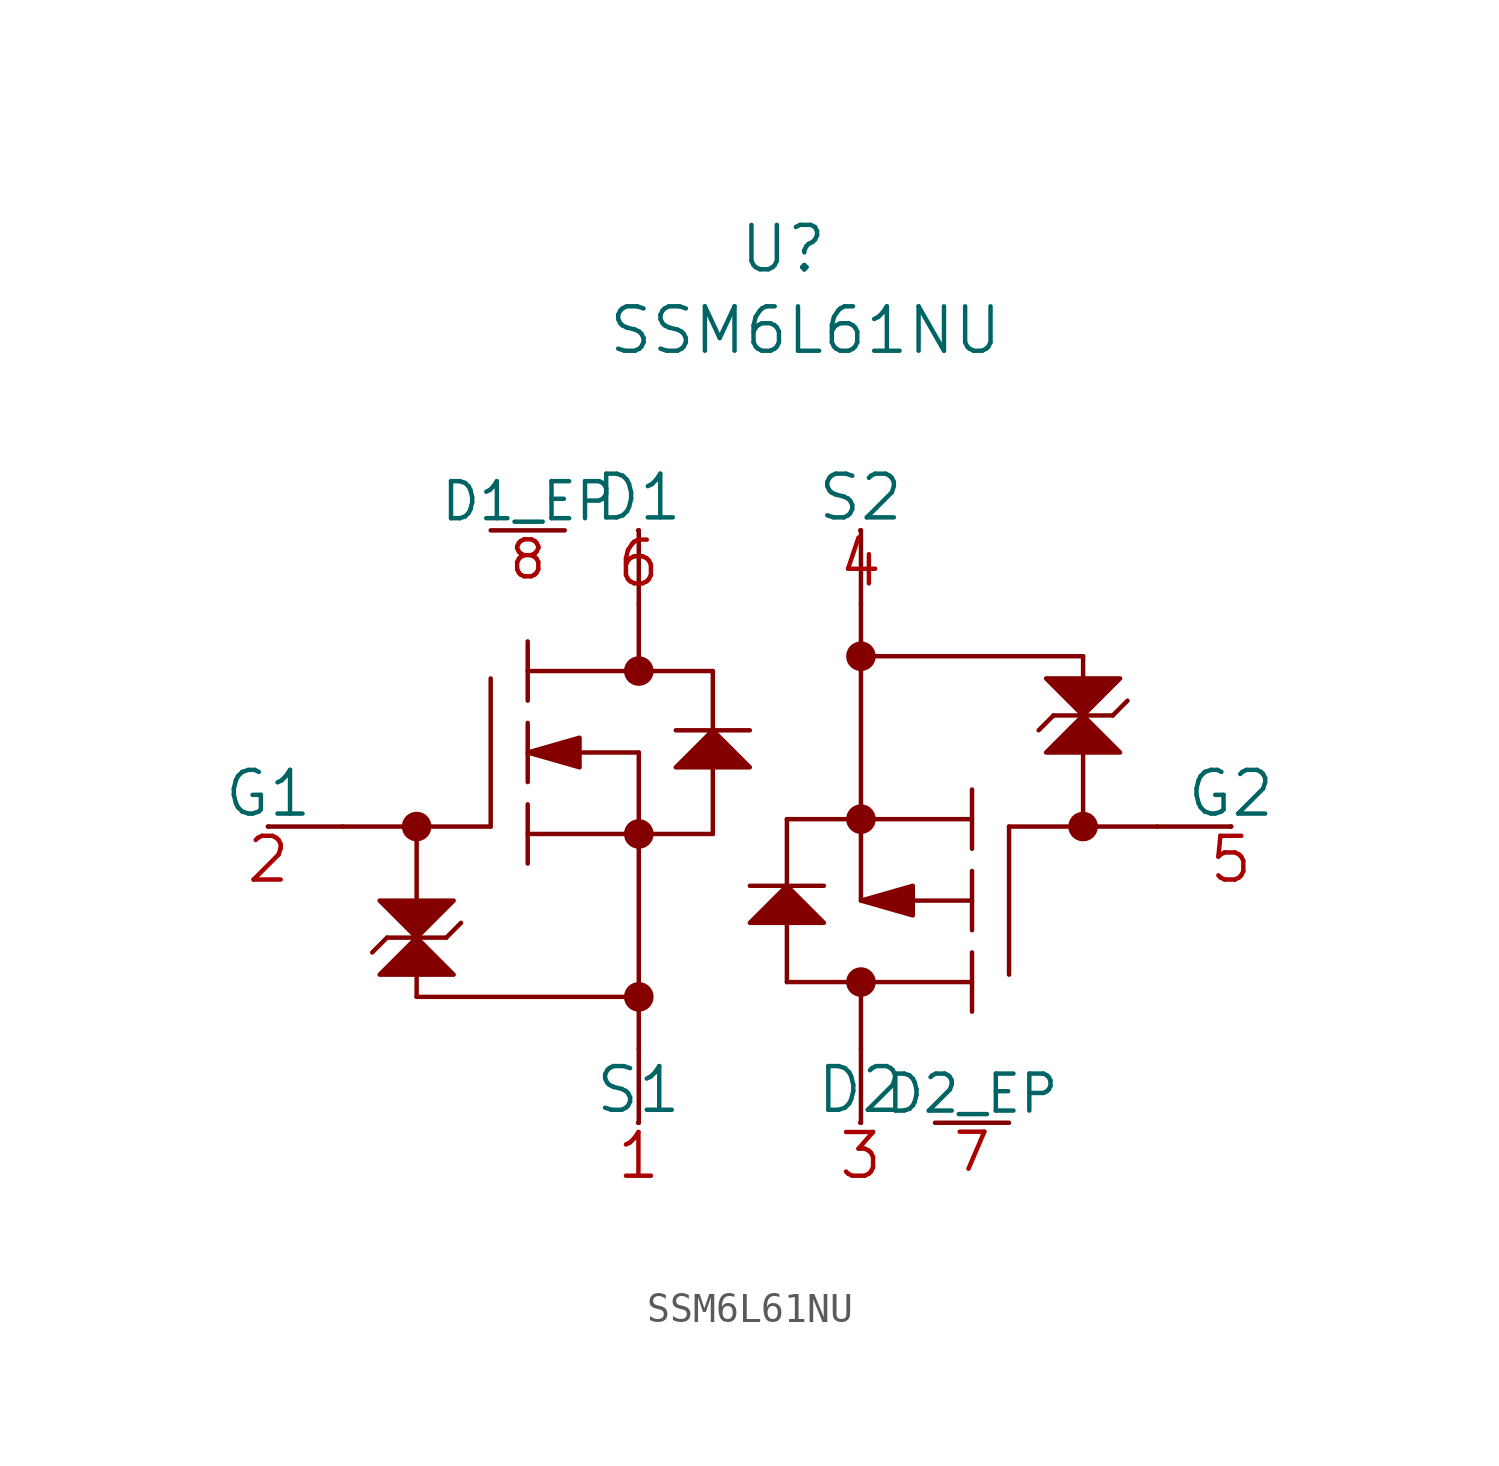
<source format=kicad_sym>
(kicad_symbol_lib
  (version 20220914)
  (generator kicad_symbol_editor)
  (symbol "SSM6L61NU"
    (pin_names
      (offset 0))
    (property "Reference" "U"
      (at 15.113 12.192 0)
      (effects (font (size 1.524 1.524))))
    (property "Value" "SSM6L61NU"
      (at 15.875 9.398 0)
      (effects (font (size 1.524 1.524))))
    (property "Datasheet" ""
      (at 0 0 0)
      (effects (font (size 1.524 1.524))))
    (property "ki_locked" ""
      (at 0 0 0)
      (effects (font (size 1.27 1.27))))
    (symbol "SSM6L61NU_0_0"
      (pin passive line (at 22.86 -17.78 180) (length 2.54) (name "D2_EP" (effects (font (size 1.27 1.27)))) (number "7" (effects (font (size 1.27 1.27)))))
      (pin passive line (at 5.08 2.54 0) (length 2.54) (name "D1_EP" (effects (font (size 1.27 1.27)))) (number "8" (effects (font (size 1.27 1.27))))))
    (symbol "SSM6L61NU_1_1"
      (polyline (pts (xy -2.54 -7.62) (xy 0 -7.62)) (stroke (width 0) (type solid)) (fill (type none)))
      (polyline (pts (xy 0 -7.62) (xy 5.08 -7.62)) (stroke (width 0) (type solid)) (fill (type none)))
      (polyline (pts (xy 1.524 -11.43) (xy 1.016 -11.938)) (stroke (width 0) (type solid)) (fill (type none)))
      (polyline (pts (xy 1.524 -11.43) (xy 3.556 -11.43)) (stroke (width 0) (type solid)) (fill (type none)))
      (polyline (pts (xy 2.54 -13.462) (xy 10.16 -13.462)) (stroke (width 0) (type solid)) (fill (type none)))
      (polyline (pts (xy 2.54 -7.62) (xy 2.54 -13.462)) (stroke (width 0) (type solid)) (fill (type none)))
      (polyline (pts (xy 3.556 -11.43) (xy 4.064 -10.922)) (stroke (width 0) (type solid)) (fill (type none)))
      (polyline (pts (xy 5.08 -7.62) (xy 5.08 -2.54)) (stroke (width 0) (type solid)) (fill (type none)))
      (polyline (pts (xy 6.35 -8.89) (xy 6.35 -6.858)) (stroke (width 0) (type solid)) (fill (type none)))
      (polyline (pts (xy 6.35 -7.874) (xy 12.7 -7.874)) (stroke (width 0) (type solid)) (fill (type none)))
      (polyline (pts (xy 6.35 -6.096) (xy 6.35 -4.064)) (stroke (width 0) (type solid)) (fill (type none)))
      (polyline (pts (xy 6.35 -3.302) (xy 6.35 -1.27)) (stroke (width 0) (type solid)) (fill (type none)))
      (polyline (pts (xy 7.62 -5.08) (xy 10.16 -5.08)) (stroke (width 0) (type solid)) (fill (type none)))
      (polyline (pts (xy 10.16 -17.78) (xy 10.16 -15.24)) (stroke (width 0) (type solid)) (fill (type none)))
      (polyline (pts (xy 10.16 -5.08) (xy 10.16 -15.24)) (stroke (width 0) (type solid)) (fill (type none)))
      (polyline (pts (xy 10.16 0) (xy 10.16 -2.286)) (stroke (width 0) (type solid)) (fill (type none)))
      (polyline (pts (xy 10.16 2.54) (xy 10.16 0)) (stroke (width 0) (type solid)) (fill (type none)))
      (polyline (pts (xy 11.43 -4.318) (xy 13.97 -4.318)) (stroke (width 0) (type solid)) (fill (type none)))
      (polyline (pts (xy 12.7 -7.874) (xy 12.7 -5.588)) (stroke (width 0) (type solid)) (fill (type none)))
      (polyline (pts (xy 12.7 -4.318) (xy 12.7 -2.286)) (stroke (width 0) (type solid)) (fill (type none)))
      (polyline (pts (xy 12.7 -2.286) (xy 6.35 -2.286)) (stroke (width 0) (type solid)) (fill (type none)))
      (polyline (pts (xy 15.24 -12.954) (xy 21.59 -12.954)) (stroke (width 0) (type solid)) (fill (type none)))
      (polyline (pts (xy 15.24 -10.922) (xy 15.24 -12.954)) (stroke (width 0) (type solid)) (fill (type none)))
      (polyline (pts (xy 15.24 -7.366) (xy 15.24 -9.652)) (stroke (width 0) (type solid)) (fill (type none)))
      (polyline (pts (xy 16.51 -9.652) (xy 13.97 -9.652)) (stroke (width 0) (type solid)) (fill (type none)))
      (polyline (pts (xy 17.78 -17.78) (xy 17.78 -15.24)) (stroke (width 0) (type solid)) (fill (type none)))
      (polyline (pts (xy 17.78 -15.24) (xy 17.78 -12.954)) (stroke (width 0) (type solid)) (fill (type none)))
      (polyline (pts (xy 17.78 -10.16) (xy 17.78 0)) (stroke (width 0) (type solid)) (fill (type none)))
      (polyline (pts (xy 17.78 2.54) (xy 17.78 0)) (stroke (width 0) (type solid)) (fill (type none)))
      (polyline (pts (xy 21.59 -11.938) (xy 21.59 -13.97)) (stroke (width 0) (type solid)) (fill (type none)))
      (polyline (pts (xy 21.59 -10.16) (xy 19.05 -10.16)) (stroke (width 0) (type solid)) (fill (type none)))
      (polyline (pts (xy 21.59 -9.144) (xy 21.59 -11.176)) (stroke (width 0) (type solid)) (fill (type none)))
      (polyline (pts (xy 21.59 -7.366) (xy 15.24 -7.366)) (stroke (width 0) (type solid)) (fill (type none)))
      (polyline (pts (xy 21.59 -6.35) (xy 21.59 -8.382)) (stroke (width 0) (type solid)) (fill (type none)))
      (polyline (pts (xy 22.86 -7.62) (xy 22.86 -12.7)) (stroke (width 0) (type solid)) (fill (type none)))
      (polyline (pts (xy 24.384 -3.81) (xy 23.876 -4.318)) (stroke (width 0) (type solid)) (fill (type none)))
      (polyline (pts (xy 25.4 -7.62) (xy 25.4 -1.778)) (stroke (width 0) (type solid)) (fill (type none)))
      (polyline (pts (xy 25.4 -1.778) (xy 17.78 -1.778)) (stroke (width 0) (type solid)) (fill (type none)))
      (polyline (pts (xy 26.416 -3.81) (xy 24.384 -3.81)) (stroke (width 0) (type solid)) (fill (type none)))
      (polyline (pts (xy 26.416 -3.81) (xy 26.924 -3.302)) (stroke (width 0) (type solid)) (fill (type none)))
      (polyline (pts (xy 27.94 -7.62) (xy 22.86 -7.62)) (stroke (width 0) (type solid)) (fill (type none)))
      (polyline (pts (xy 30.48 -7.62) (xy 27.94 -7.62)) (stroke (width 0) (type solid)) (fill (type none)))
      (polyline (pts (xy 1.27 -12.7) (xy 3.81 -12.7) (xy 2.54 -11.43) (xy 1.27 -12.7) (xy 1.27 -12.7)) (stroke (width 0) (type solid)) (fill (type outline)))
      (polyline (pts (xy 3.81 -10.16) (xy 1.27 -10.16) (xy 2.54 -11.43) (xy 3.81 -10.16) (xy 3.81 -10.16)) (stroke (width 0) (type solid)) (fill (type outline)))
      (polyline (pts (xy 6.35 -5.08) (xy 8.128 -5.588) (xy 8.128 -4.572) (xy 6.35 -5.08) (xy 6.35 -5.08)) (stroke (width 0) (type solid)) (fill (type outline)))
      (polyline (pts (xy 11.43 -5.588) (xy 13.97 -5.588) (xy 12.7 -4.318) (xy 11.43 -5.588) (xy 11.43 -5.588)) (stroke (width 0) (type solid)) (fill (type outline)))
      (polyline (pts (xy 13.97 -10.922) (xy 16.51 -10.922) (xy 15.24 -9.652) (xy 13.97 -10.922) (xy 13.97 -10.922)) (stroke (width 0) (type solid)) (fill (type outline)))
      (polyline (pts (xy 17.78 -10.16) (xy 19.558 -10.668) (xy 19.558 -9.652) (xy 17.78 -10.16) (xy 17.78 -10.16)) (stroke (width 0) (type solid)) (fill (type outline)))
      (polyline (pts (xy 24.13 -5.08) (xy 26.67 -5.08) (xy 25.4 -3.81) (xy 24.13 -5.08) (xy 24.13 -5.08)) (stroke (width 0) (type solid)) (fill (type outline)))
      (polyline (pts (xy 26.67 -2.54) (xy 24.13 -2.54) (xy 25.4 -3.81) (xy 26.67 -2.54) (xy 26.67 -2.54)) (stroke (width 0) (type solid)) (fill (type outline)))
      (circle (center 2.54 -7.62) (radius 0.254) (stroke (width 0.508) (type solid)) (fill (type none)))
      (circle (center 10.16 -13.462) (radius 0.254) (stroke (width 0.508) (type solid)) (fill (type none)))
      (circle (center 10.16 -7.874) (radius 0.254) (stroke (width 0.508) (type solid)) (fill (type none)))
      (circle (center 10.16 -2.286) (radius 0.254) (stroke (width 0.508) (type solid)) (fill (type none)))
      (circle (center 17.78 -12.954) (radius 0.254) (stroke (width 0.508) (type solid)) (fill (type none)))
      (circle (center 17.78 -7.366) (radius 0.254) (stroke (width 0.508) (type solid)) (fill (type none)))
      (circle (center 17.78 -1.778) (radius 0.254) (stroke (width 0.508) (type solid)) (fill (type none)))
      (circle (center 25.4 -7.62) (radius 0.254) (stroke (width 0.508) (type solid)) (fill (type none)))
      (pin passive line (at 10.16 -17.78 180) (length 0.025) (name "S1" (effects (font (size 1.499 1.499)))) (number "1" (effects (font (size 1.499 1.499)))))
      (pin passive line (at -2.54 -7.62 180) (length 0.025) (name "G1" (effects (font (size 1.499 1.499)))) (number "2" (effects (font (size 1.499 1.499)))))
      (pin passive line (at 17.78 -17.78 180) (length 0.025) (name "D2" (effects (font (size 1.499 1.499)))) (number "3" (effects (font (size 1.499 1.499)))))
      (pin passive line (at 17.78 2.54 180) (length 0.025) (name "S2" (effects (font (size 1.499 1.499)))) (number "4" (effects (font (size 1.499 1.499)))))
      (pin passive line (at 30.48 -7.62 180) (length 0.025) (name "G2" (effects (font (size 1.499 1.499)))) (number "5" (effects (font (size 1.499 1.499)))))
      (pin passive line (at 10.16 2.54 180) (length 0.025) (name "D1" (effects (font (size 1.499 1.499)))) (number "6" (effects (font (size 1.499 1.499))))))))
</source>
